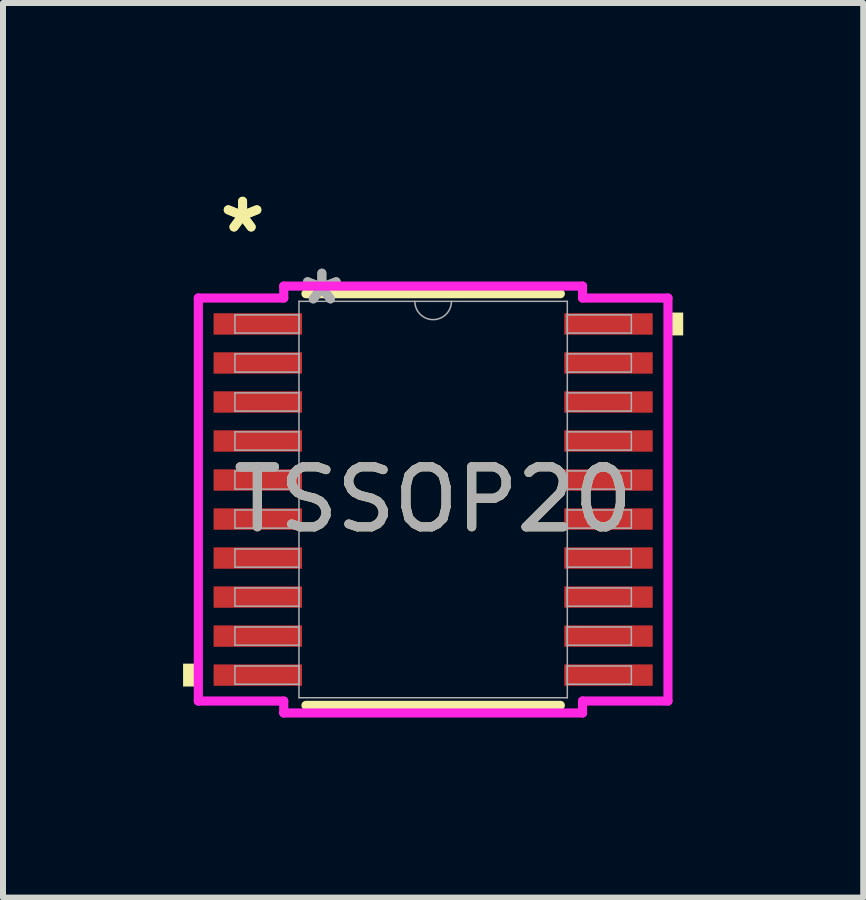
<source format=kicad_pcb>
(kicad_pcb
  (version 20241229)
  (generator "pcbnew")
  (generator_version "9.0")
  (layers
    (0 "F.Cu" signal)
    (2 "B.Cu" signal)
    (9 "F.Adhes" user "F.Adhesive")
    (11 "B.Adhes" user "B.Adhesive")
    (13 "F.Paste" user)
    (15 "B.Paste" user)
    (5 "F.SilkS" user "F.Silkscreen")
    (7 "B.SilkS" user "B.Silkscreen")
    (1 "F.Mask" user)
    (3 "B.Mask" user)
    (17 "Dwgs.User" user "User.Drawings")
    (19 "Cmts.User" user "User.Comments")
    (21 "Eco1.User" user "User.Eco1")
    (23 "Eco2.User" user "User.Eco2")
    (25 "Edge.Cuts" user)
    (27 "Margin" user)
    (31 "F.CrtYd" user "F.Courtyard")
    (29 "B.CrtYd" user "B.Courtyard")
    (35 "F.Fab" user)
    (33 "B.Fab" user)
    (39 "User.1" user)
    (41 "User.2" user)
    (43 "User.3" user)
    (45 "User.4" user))
  (footprint "TSSOP20"
    (layer "F.Cu")
    (at 4.166 5.272)
    (property "Reference" "TSSOP20" (at 0 0 0) (unlocked yes) (layer "F.SilkS") (effects (font (size 1 1) (thickness 0.15))))
    (attr smd)
    (fp_line (start -2.119 3.429) (end 2.119 3.429) (stroke (width 0.152) (type solid)) (layer "F.SilkS"))
    (fp_line (start 2.119 -3.429) (end -2.119 -3.429) (stroke (width 0.152) (type solid)) (layer "F.SilkS"))
    (fp_poly (pts (xy -4.166 2.734) (xy -4.166 3.115) (xy -3.912 3.115) (xy -3.912 2.734)) (stroke (width 0) (type solid)) (fill yes) (layer "F.SilkS"))
    (fp_poly (pts (xy 4.166 -3.115) (xy 4.166 -2.734) (xy 3.912 -2.734) (xy 3.912 -3.115)) (stroke (width 0) (type solid)) (fill yes) (layer "F.SilkS"))
    (fp_line (start -3.912 -3.357) (end -2.489 -3.357) (stroke (width 0.152) (type solid)) (layer "F.CrtYd"))
    (fp_line (start -3.912 3.357) (end -3.912 -3.357) (stroke (width 0.152) (type solid)) (layer "F.CrtYd"))
    (fp_line (start -3.912 3.357) (end -2.489 3.357) (stroke (width 0.152) (type solid)) (layer "F.CrtYd"))
    (fp_line (start -2.489 -3.556) (end 2.489 -3.556) (stroke (width 0.152) (type solid)) (layer "F.CrtYd"))
    (fp_line (start -2.489 -3.357) (end -2.489 -3.556) (stroke (width 0.152) (type solid)) (layer "F.CrtYd"))
    (fp_line (start -2.489 3.556) (end -2.489 3.357) (stroke (width 0.152) (type solid)) (layer "F.CrtYd"))
    (fp_line (start 2.489 -3.556) (end 2.489 -3.357) (stroke (width 0.152) (type solid)) (layer "F.CrtYd"))
    (fp_line (start 2.489 3.357) (end 2.489 3.556) (stroke (width 0.152) (type solid)) (layer "F.CrtYd"))
    (fp_line (start 2.489 3.556) (end -2.489 3.556) (stroke (width 0.152) (type solid)) (layer "F.CrtYd"))
    (fp_line (start 3.912 -3.357) (end 2.489 -3.357) (stroke (width 0.152) (type solid)) (layer "F.CrtYd"))
    (fp_line (start 3.912 -3.357) (end 3.912 3.357) (stroke (width 0.152) (type solid)) (layer "F.CrtYd"))
    (fp_line (start 3.912 3.357) (end 2.489 3.357) (stroke (width 0.152) (type solid)) (layer "F.CrtYd"))
    (fp_line (start -3.302 -3.077) (end -3.302 -2.773) (stroke (width 0.025) (type solid)) (layer "F.Fab"))
    (fp_line (start -3.302 -2.773) (end -2.235 -2.773) (stroke (width 0.025) (type solid)) (layer "F.Fab"))
    (fp_line (start -3.302 -2.427) (end -3.302 -2.123) (stroke (width 0.025) (type solid)) (layer "F.Fab"))
    (fp_line (start -3.302 -2.123) (end -2.235 -2.123) (stroke (width 0.025) (type solid)) (layer "F.Fab"))
    (fp_line (start -3.302 -1.777) (end -3.302 -1.473) (stroke (width 0.025) (type solid)) (layer "F.Fab"))
    (fp_line (start -3.302 -1.473) (end -2.235 -1.473) (stroke (width 0.025) (type solid)) (layer "F.Fab"))
    (fp_line (start -3.302 -1.127) (end -3.302 -0.823) (stroke (width 0.025) (type solid)) (layer "F.Fab"))
    (fp_line (start -3.302 -0.823) (end -2.235 -0.823) (stroke (width 0.025) (type solid)) (layer "F.Fab"))
    (fp_line (start -3.302 -0.477) (end -3.302 -0.173) (stroke (width 0.025) (type solid)) (layer "F.Fab"))
    (fp_line (start -3.302 -0.173) (end -2.235 -0.173) (stroke (width 0.025) (type solid)) (layer "F.Fab"))
    (fp_line (start -3.302 0.173) (end -3.302 0.477) (stroke (width 0.025) (type solid)) (layer "F.Fab"))
    (fp_line (start -3.302 0.477) (end -2.235 0.477) (stroke (width 0.025) (type solid)) (layer "F.Fab"))
    (fp_line (start -3.302 0.823) (end -3.302 1.127) (stroke (width 0.025) (type solid)) (layer "F.Fab"))
    (fp_line (start -3.302 1.127) (end -2.235 1.127) (stroke (width 0.025) (type solid)) (layer "F.Fab"))
    (fp_line (start -3.302 1.473) (end -3.302 1.777) (stroke (width 0.025) (type solid)) (layer "F.Fab"))
    (fp_line (start -3.302 1.777) (end -2.235 1.777) (stroke (width 0.025) (type solid)) (layer "F.Fab"))
    (fp_line (start -3.302 2.123) (end -3.302 2.427) (stroke (width 0.025) (type solid)) (layer "F.Fab"))
    (fp_line (start -3.302 2.427) (end -2.235 2.427) (stroke (width 0.025) (type solid)) (layer "F.Fab"))
    (fp_line (start -3.302 2.773) (end -3.302 3.077) (stroke (width 0.025) (type solid)) (layer "F.Fab"))
    (fp_line (start -3.302 3.077) (end -2.235 3.077) (stroke (width 0.025) (type solid)) (layer "F.Fab"))
    (fp_line (start -2.235 -3.302) (end -2.235 3.302) (stroke (width 0.025) (type solid)) (layer "F.Fab"))
    (fp_line (start -2.235 -3.077) (end -3.302 -3.077) (stroke (width 0.025) (type solid)) (layer "F.Fab"))
    (fp_line (start -2.235 -2.773) (end -2.235 -3.077) (stroke (width 0.025) (type solid)) (layer "F.Fab"))
    (fp_line (start -2.235 -2.427) (end -3.302 -2.427) (stroke (width 0.025) (type solid)) (layer "F.Fab"))
    (fp_line (start -2.235 -2.123) (end -2.235 -2.427) (stroke (width 0.025) (type solid)) (layer "F.Fab"))
    (fp_line (start -2.235 -1.777) (end -3.302 -1.777) (stroke (width 0.025) (type solid)) (layer "F.Fab"))
    (fp_line (start -2.235 -1.473) (end -2.235 -1.777) (stroke (width 0.025) (type solid)) (layer "F.Fab"))
    (fp_line (start -2.235 -1.127) (end -3.302 -1.127) (stroke (width 0.025) (type solid)) (layer "F.Fab"))
    (fp_line (start -2.235 -0.823) (end -2.235 -1.127) (stroke (width 0.025) (type solid)) (layer "F.Fab"))
    (fp_line (start -2.235 -0.477) (end -3.302 -0.477) (stroke (width 0.025) (type solid)) (layer "F.Fab"))
    (fp_line (start -2.235 -0.173) (end -2.235 -0.477) (stroke (width 0.025) (type solid)) (layer "F.Fab"))
    (fp_line (start -2.235 0.173) (end -3.302 0.173) (stroke (width 0.025) (type solid)) (layer "F.Fab"))
    (fp_line (start -2.235 0.477) (end -2.235 0.173) (stroke (width 0.025) (type solid)) (layer "F.Fab"))
    (fp_line (start -2.235 0.823) (end -3.302 0.823) (stroke (width 0.025) (type solid)) (layer "F.Fab"))
    (fp_line (start -2.235 1.127) (end -2.235 0.823) (stroke (width 0.025) (type solid)) (layer "F.Fab"))
    (fp_line (start -2.235 1.473) (end -3.302 1.473) (stroke (width 0.025) (type solid)) (layer "F.Fab"))
    (fp_line (start -2.235 1.777) (end -2.235 1.473) (stroke (width 0.025) (type solid)) (layer "F.Fab"))
    (fp_line (start -2.235 2.123) (end -3.302 2.123) (stroke (width 0.025) (type solid)) (layer "F.Fab"))
    (fp_line (start -2.235 2.427) (end -2.235 2.123) (stroke (width 0.025) (type solid)) (layer "F.Fab"))
    (fp_line (start -2.235 2.773) (end -3.302 2.773) (stroke (width 0.025) (type solid)) (layer "F.Fab"))
    (fp_line (start -2.235 3.077) (end -2.235 2.773) (stroke (width 0.025) (type solid)) (layer "F.Fab"))
    (fp_line (start -2.235 3.302) (end 2.235 3.302) (stroke (width 0.025) (type solid)) (layer "F.Fab"))
    (fp_line (start 2.235 -3.302) (end -2.235 -3.302) (stroke (width 0.025) (type solid)) (layer "F.Fab"))
    (fp_line (start 2.235 -3.077) (end 2.235 -2.773) (stroke (width 0.025) (type solid)) (layer "F.Fab"))
    (fp_line (start 2.235 -2.773) (end 3.302 -2.773) (stroke (width 0.025) (type solid)) (layer "F.Fab"))
    (fp_line (start 2.235 -2.427) (end 2.235 -2.123) (stroke (width 0.025) (type solid)) (layer "F.Fab"))
    (fp_line (start 2.235 -2.123) (end 3.302 -2.123) (stroke (width 0.025) (type solid)) (layer "F.Fab"))
    (fp_line (start 2.235 -1.777) (end 2.235 -1.473) (stroke (width 0.025) (type solid)) (layer "F.Fab"))
    (fp_line (start 2.235 -1.473) (end 3.302 -1.473) (stroke (width 0.025) (type solid)) (layer "F.Fab"))
    (fp_line (start 2.235 -1.127) (end 2.235 -0.823) (stroke (width 0.025) (type solid)) (layer "F.Fab"))
    (fp_line (start 2.235 -0.823) (end 3.302 -0.823) (stroke (width 0.025) (type solid)) (layer "F.Fab"))
    (fp_line (start 2.235 -0.477) (end 2.235 -0.173) (stroke (width 0.025) (type solid)) (layer "F.Fab"))
    (fp_line (start 2.235 -0.173) (end 3.302 -0.173) (stroke (width 0.025) (type solid)) (layer "F.Fab"))
    (fp_line (start 2.235 0.173) (end 2.235 0.477) (stroke (width 0.025) (type solid)) (layer "F.Fab"))
    (fp_line (start 2.235 0.477) (end 3.302 0.477) (stroke (width 0.025) (type solid)) (layer "F.Fab"))
    (fp_line (start 2.235 0.823) (end 2.235 1.127) (stroke (width 0.025) (type solid)) (layer "F.Fab"))
    (fp_line (start 2.235 1.127) (end 3.302 1.127) (stroke (width 0.025) (type solid)) (layer "F.Fab"))
    (fp_line (start 2.235 1.473) (end 2.235 1.777) (stroke (width 0.025) (type solid)) (layer "F.Fab"))
    (fp_line (start 2.235 1.777) (end 3.302 1.777) (stroke (width 0.025) (type solid)) (layer "F.Fab"))
    (fp_line (start 2.235 2.123) (end 2.235 2.427) (stroke (width 0.025) (type solid)) (layer "F.Fab"))
    (fp_line (start 2.235 2.427) (end 3.302 2.427) (stroke (width 0.025) (type solid)) (layer "F.Fab"))
    (fp_line (start 2.235 2.773) (end 2.235 3.077) (stroke (width 0.025) (type solid)) (layer "F.Fab"))
    (fp_line (start 2.235 3.077) (end 3.302 3.077) (stroke (width 0.025) (type solid)) (layer "F.Fab"))
    (fp_line (start 2.235 3.302) (end 2.235 -3.302) (stroke (width 0.025) (type solid)) (layer "F.Fab"))
    (fp_line (start 3.302 -3.077) (end 2.235 -3.077) (stroke (width 0.025) (type solid)) (layer "F.Fab"))
    (fp_line (start 3.302 -2.773) (end 3.302 -3.077) (stroke (width 0.025) (type solid)) (layer "F.Fab"))
    (fp_line (start 3.302 -2.427) (end 2.235 -2.427) (stroke (width 0.025) (type solid)) (layer "F.Fab"))
    (fp_line (start 3.302 -2.123) (end 3.302 -2.427) (stroke (width 0.025) (type solid)) (layer "F.Fab"))
    (fp_line (start 3.302 -1.777) (end 2.235 -1.777) (stroke (width 0.025) (type solid)) (layer "F.Fab"))
    (fp_line (start 3.302 -1.473) (end 3.302 -1.777) (stroke (width 0.025) (type solid)) (layer "F.Fab"))
    (fp_line (start 3.302 -1.127) (end 2.235 -1.127) (stroke (width 0.025) (type solid)) (layer "F.Fab"))
    (fp_line (start 3.302 -0.823) (end 3.302 -1.127) (stroke (width 0.025) (type solid)) (layer "F.Fab"))
    (fp_line (start 3.302 -0.477) (end 2.235 -0.477) (stroke (width 0.025) (type solid)) (layer "F.Fab"))
    (fp_line (start 3.302 -0.173) (end 3.302 -0.477) (stroke (width 0.025) (type solid)) (layer "F.Fab"))
    (fp_line (start 3.302 0.173) (end 2.235 0.173) (stroke (width 0.025) (type solid)) (layer "F.Fab"))
    (fp_line (start 3.302 0.477) (end 3.302 0.173) (stroke (width 0.025) (type solid)) (layer "F.Fab"))
    (fp_line (start 3.302 0.823) (end 2.235 0.823) (stroke (width 0.025) (type solid)) (layer "F.Fab"))
    (fp_line (start 3.302 1.127) (end 3.302 0.823) (stroke (width 0.025) (type solid)) (layer "F.Fab"))
    (fp_line (start 3.302 1.473) (end 2.235 1.473) (stroke (width 0.025) (type solid)) (layer "F.Fab"))
    (fp_line (start 3.302 1.777) (end 3.302 1.473) (stroke (width 0.025) (type solid)) (layer "F.Fab"))
    (fp_line (start 3.302 2.123) (end 2.235 2.123) (stroke (width 0.025) (type solid)) (layer "F.Fab"))
    (fp_line (start 3.302 2.427) (end 3.302 2.123) (stroke (width 0.025) (type solid)) (layer "F.Fab"))
    (fp_line (start 3.302 2.773) (end 2.235 2.773) (stroke (width 0.025) (type solid)) (layer "F.Fab"))
    (fp_line (start 3.302 3.077) (end 3.302 2.773) (stroke (width 0.025) (type solid)) (layer "F.Fab"))
    (fp_arc (start 0.3048 -3.302) (mid 0 -2.9972) (end -0.3048 -3.302) (stroke (width 0.0254) (type solid)) (layer "F.Fab"))
    (fp_text user "*" (at -3.175 -4.424 0) (unlocked yes) (layer "F.SilkS") (effects (font (size 1 1) (thickness 0.15))))
    (fp_text user "*" (at -3.175 -4.424 0) (layer "F.SilkS") (effects (font (size 1 1) (thickness 0.15))))
    (fp_text user "${REFERENCE}" (at 0 0 0) (unlocked yes) (layer "F.Fab") (effects (font (size 1 1) (thickness 0.15))))
    (fp_text user "*" (at -1.854 -3.226 0) (layer "F.Fab") (effects (font (size 1 1) (thickness 0.15))))
    (fp_text user "*" (at -1.854 -3.226 0) (unlocked yes) (layer "F.Fab") (effects (font (size 1 1) (thickness 0.15))))
    (pad "1" smd rect (at -2.921 -2.925) (size 1.473 0.356) (layers "F.Cu" "F.Mask" "F.Paste"))
    (pad "2" smd rect (at -2.921 -2.275) (size 1.473 0.356) (layers "F.Cu" "F.Mask" "F.Paste"))
    (pad "3" smd rect (at -2.921 -1.625) (size 1.473 0.356) (layers "F.Cu" "F.Mask" "F.Paste"))
    (pad "4" smd rect (at -2.921 -0.975) (size 1.473 0.356) (layers "F.Cu" "F.Mask" "F.Paste"))
    (pad "5" smd rect (at -2.921 -0.325) (size 1.473 0.356) (layers "F.Cu" "F.Mask" "F.Paste"))
    (pad "6" smd rect (at -2.921 0.325) (size 1.473 0.356) (layers "F.Cu" "F.Mask" "F.Paste"))
    (pad "7" smd rect (at -2.921 0.975) (size 1.473 0.356) (layers "F.Cu" "F.Mask" "F.Paste"))
    (pad "8" smd rect (at -2.921 1.625) (size 1.473 0.356) (layers "F.Cu" "F.Mask" "F.Paste"))
    (pad "9" smd rect (at -2.921 2.275) (size 1.473 0.356) (layers "F.Cu" "F.Mask" "F.Paste"))
    (pad "10" smd rect (at -2.921 2.925) (size 1.473 0.356) (layers "F.Cu" "F.Mask" "F.Paste"))
    (pad "11" smd rect (at 2.921 2.925) (size 1.473 0.356) (layers "F.Cu" "F.Mask" "F.Paste"))
    (pad "12" smd rect (at 2.921 2.275) (size 1.473 0.356) (layers "F.Cu" "F.Mask" "F.Paste"))
    (pad "13" smd rect (at 2.921 1.625) (size 1.473 0.356) (layers "F.Cu" "F.Mask" "F.Paste"))
    (pad "14" smd rect (at 2.921 0.975) (size 1.473 0.356) (layers "F.Cu" "F.Mask" "F.Paste"))
    (pad "15" smd rect (at 2.921 0.325) (size 1.473 0.356) (layers "F.Cu" "F.Mask" "F.Paste"))
    (pad "16" smd rect (at 2.921 -0.325) (size 1.473 0.356) (layers "F.Cu" "F.Mask" "F.Paste"))
    (pad "17" smd rect (at 2.921 -0.975) (size 1.473 0.356) (layers "F.Cu" "F.Mask" "F.Paste"))
    (pad "18" smd rect (at 2.921 -1.625) (size 1.473 0.356) (layers "F.Cu" "F.Mask" "F.Paste"))
    (pad "19" smd rect (at 2.921 -2.275) (size 1.473 0.356) (layers "F.Cu" "F.Mask" "F.Paste"))
    (pad "20" smd rect (at 2.921 -2.925) (size 1.473 0.356) (layers "F.Cu" "F.Mask" "F.Paste")))
  (gr_rect
    (start -3 -3)
    (end 11.331 11.904)
    (stroke (width 0.1) (type default))
    (fill no)
    (layer "Edge.Cuts")))
</source>
